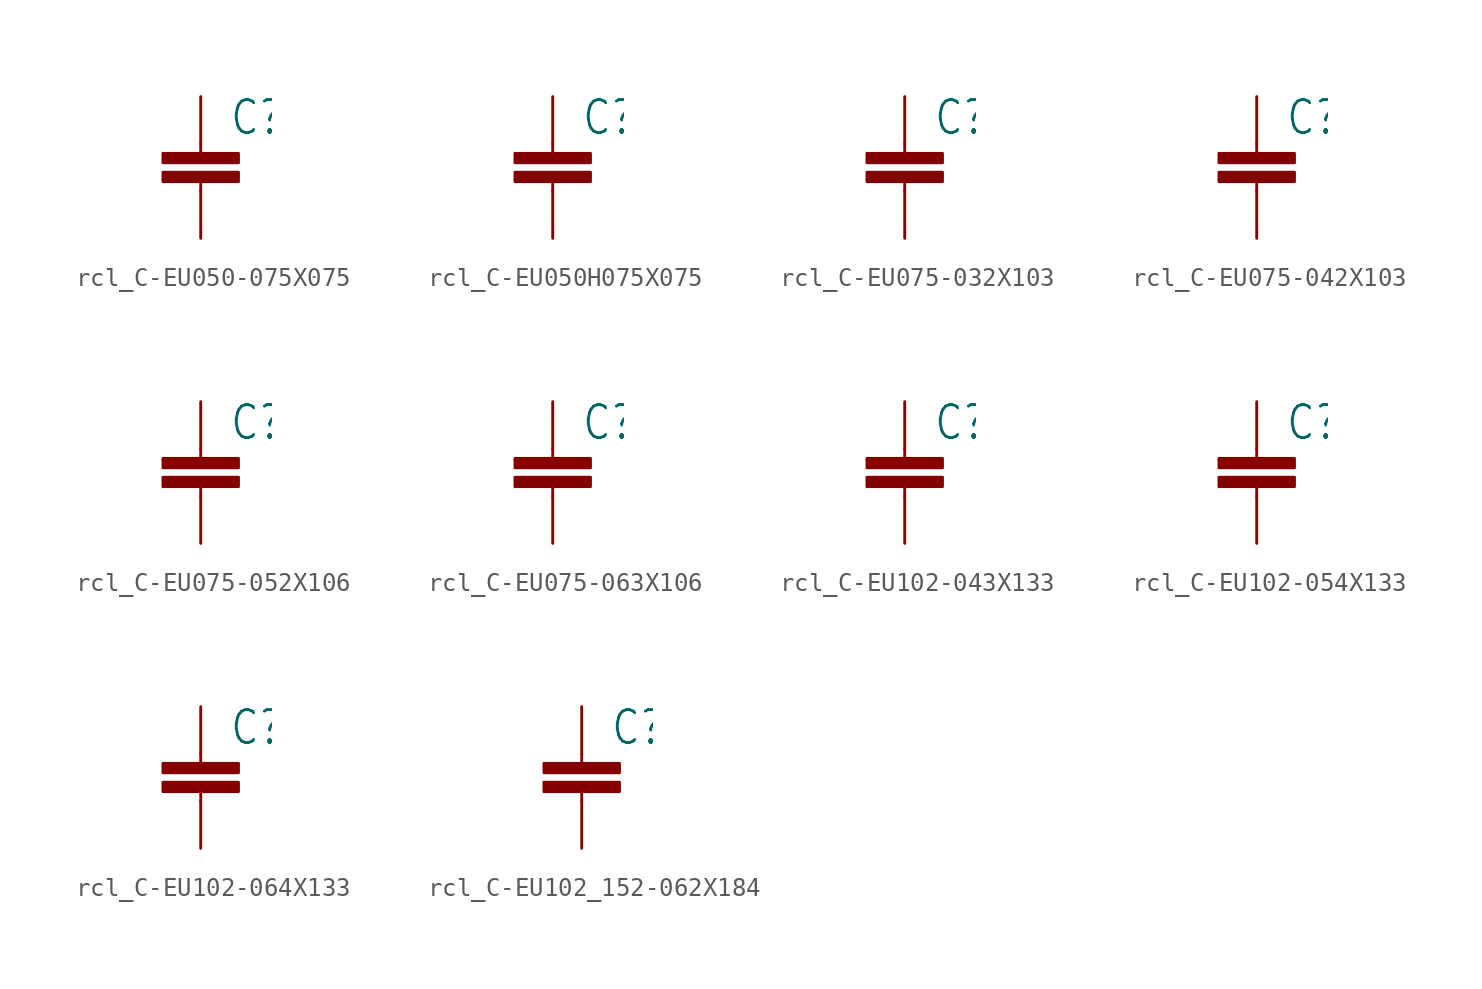
<source format=kicad_sym>
(kicad_symbol_lib
  (version 20241209)
  (generator "kicad_symbol_editor")
  (generator_version "9.0")
  (symbol "rcl_C-EU050-075X075"
    (property "Reference" "C"
      (at 1.524 0.381 0)
      (effects (font (size 1.778 1.511)) (justify left bottom)))
    (property "Value" ""
      (at 1.524 -4.699 0)
      (effects (font (size 1.778 1.511)) (justify left bottom)))
    (property "ki_locked" ""
      (at 0 0 0)
      (effects (font (size 1.27 1.27))))
    (symbol "rcl_C-EU050-075X075_1_0"
      (rectangle (start -2.032 -1.016) (end 2.032 -0.508) (stroke (width 0) (type default)) (fill (type outline)))
      (rectangle (start -2.032 -2.032) (end 2.032 -1.524) (stroke (width 0) (type default)) (fill (type outline)))
      (polyline (pts (xy 0 0) (xy 0 -0.508)) (stroke (width 0.152) (type solid)) (fill (type none)))
      (polyline (pts (xy 0 -2.54) (xy 0 -2.032)) (stroke (width 0.152) (type solid)) (fill (type none)))
      (pin passive line (at 0 2.54 270) (length 2.54) (name "1" (effects (font (size 0 0)))) (number "1" (effects (font (size 0 0)))))
      (pin passive line (at 0 -5.08 90) (length 2.54) (name "2" (effects (font (size 0 0)))) (number "2" (effects (font (size 0 0)))))))
  (symbol "rcl_C-EU050H075X075"
    (property "Reference" "C"
      (at 1.524 0.381 0)
      (effects (font (size 1.778 1.511)) (justify left bottom)))
    (property "Value" ""
      (at 1.524 -4.699 0)
      (effects (font (size 1.778 1.511)) (justify left bottom)))
    (property "ki_locked" ""
      (at 0 0 0)
      (effects (font (size 1.27 1.27))))
    (symbol "rcl_C-EU050H075X075_1_0"
      (rectangle (start -2.032 -1.016) (end 2.032 -0.508) (stroke (width 0) (type default)) (fill (type outline)))
      (rectangle (start -2.032 -2.032) (end 2.032 -1.524) (stroke (width 0) (type default)) (fill (type outline)))
      (polyline (pts (xy 0 0) (xy 0 -0.508)) (stroke (width 0.152) (type solid)) (fill (type none)))
      (polyline (pts (xy 0 -2.54) (xy 0 -2.032)) (stroke (width 0.152) (type solid)) (fill (type none)))
      (pin passive line (at 0 2.54 270) (length 2.54) (name "1" (effects (font (size 0 0)))) (number "1" (effects (font (size 0 0)))))
      (pin passive line (at 0 -5.08 90) (length 2.54) (name "2" (effects (font (size 0 0)))) (number "2" (effects (font (size 0 0)))))))
  (symbol "rcl_C-EU075-032X103"
    (property "Reference" "C"
      (at 1.524 0.381 0)
      (effects (font (size 1.778 1.511)) (justify left bottom)))
    (property "Value" ""
      (at 1.524 -4.699 0)
      (effects (font (size 1.778 1.511)) (justify left bottom)))
    (property "ki_locked" ""
      (at 0 0 0)
      (effects (font (size 1.27 1.27))))
    (symbol "rcl_C-EU075-032X103_1_0"
      (rectangle (start -2.032 -1.016) (end 2.032 -0.508) (stroke (width 0) (type default)) (fill (type outline)))
      (rectangle (start -2.032 -2.032) (end 2.032 -1.524) (stroke (width 0) (type default)) (fill (type outline)))
      (polyline (pts (xy 0 0) (xy 0 -0.508)) (stroke (width 0.152) (type solid)) (fill (type none)))
      (polyline (pts (xy 0 -2.54) (xy 0 -2.032)) (stroke (width 0.152) (type solid)) (fill (type none)))
      (pin passive line (at 0 2.54 270) (length 2.54) (name "1" (effects (font (size 0 0)))) (number "1" (effects (font (size 0 0)))))
      (pin passive line (at 0 -5.08 90) (length 2.54) (name "2" (effects (font (size 0 0)))) (number "2" (effects (font (size 0 0)))))))
  (symbol "rcl_C-EU075-042X103"
    (property "Reference" "C"
      (at 1.524 0.381 0)
      (effects (font (size 1.778 1.511)) (justify left bottom)))
    (property "Value" ""
      (at 1.524 -4.699 0)
      (effects (font (size 1.778 1.511)) (justify left bottom)))
    (property "ki_locked" ""
      (at 0 0 0)
      (effects (font (size 1.27 1.27))))
    (symbol "rcl_C-EU075-042X103_1_0"
      (rectangle (start -2.032 -1.016) (end 2.032 -0.508) (stroke (width 0) (type default)) (fill (type outline)))
      (rectangle (start -2.032 -2.032) (end 2.032 -1.524) (stroke (width 0) (type default)) (fill (type outline)))
      (polyline (pts (xy 0 0) (xy 0 -0.508)) (stroke (width 0.152) (type solid)) (fill (type none)))
      (polyline (pts (xy 0 -2.54) (xy 0 -2.032)) (stroke (width 0.152) (type solid)) (fill (type none)))
      (pin passive line (at 0 2.54 270) (length 2.54) (name "1" (effects (font (size 0 0)))) (number "1" (effects (font (size 0 0)))))
      (pin passive line (at 0 -5.08 90) (length 2.54) (name "2" (effects (font (size 0 0)))) (number "2" (effects (font (size 0 0)))))))
  (symbol "rcl_C-EU075-052X106"
    (property "Reference" "C"
      (at 1.524 0.381 0)
      (effects (font (size 1.778 1.511)) (justify left bottom)))
    (property "Value" ""
      (at 1.524 -4.699 0)
      (effects (font (size 1.778 1.511)) (justify left bottom)))
    (property "ki_locked" ""
      (at 0 0 0)
      (effects (font (size 1.27 1.27))))
    (symbol "rcl_C-EU075-052X106_1_0"
      (rectangle (start -2.032 -1.016) (end 2.032 -0.508) (stroke (width 0) (type default)) (fill (type outline)))
      (rectangle (start -2.032 -2.032) (end 2.032 -1.524) (stroke (width 0) (type default)) (fill (type outline)))
      (polyline (pts (xy 0 0) (xy 0 -0.508)) (stroke (width 0.152) (type solid)) (fill (type none)))
      (polyline (pts (xy 0 -2.54) (xy 0 -2.032)) (stroke (width 0.152) (type solid)) (fill (type none)))
      (pin passive line (at 0 2.54 270) (length 2.54) (name "1" (effects (font (size 0 0)))) (number "1" (effects (font (size 0 0)))))
      (pin passive line (at 0 -5.08 90) (length 2.54) (name "2" (effects (font (size 0 0)))) (number "2" (effects (font (size 0 0)))))))
  (symbol "rcl_C-EU075-063X106"
    (property "Reference" "C"
      (at 1.524 0.381 0)
      (effects (font (size 1.778 1.511)) (justify left bottom)))
    (property "Value" ""
      (at 1.524 -4.699 0)
      (effects (font (size 1.778 1.511)) (justify left bottom)))
    (property "ki_locked" ""
      (at 0 0 0)
      (effects (font (size 1.27 1.27))))
    (symbol "rcl_C-EU075-063X106_1_0"
      (rectangle (start -2.032 -1.016) (end 2.032 -0.508) (stroke (width 0) (type default)) (fill (type outline)))
      (rectangle (start -2.032 -2.032) (end 2.032 -1.524) (stroke (width 0) (type default)) (fill (type outline)))
      (polyline (pts (xy 0 0) (xy 0 -0.508)) (stroke (width 0.152) (type solid)) (fill (type none)))
      (polyline (pts (xy 0 -2.54) (xy 0 -2.032)) (stroke (width 0.152) (type solid)) (fill (type none)))
      (pin passive line (at 0 2.54 270) (length 2.54) (name "1" (effects (font (size 0 0)))) (number "1" (effects (font (size 0 0)))))
      (pin passive line (at 0 -5.08 90) (length 2.54) (name "2" (effects (font (size 0 0)))) (number "2" (effects (font (size 0 0)))))))
  (symbol "rcl_C-EU102-043X133"
    (property "Reference" "C"
      (at 1.524 0.381 0)
      (effects (font (size 1.778 1.511)) (justify left bottom)))
    (property "Value" ""
      (at 1.524 -4.699 0)
      (effects (font (size 1.778 1.511)) (justify left bottom)))
    (property "ki_locked" ""
      (at 0 0 0)
      (effects (font (size 1.27 1.27))))
    (symbol "rcl_C-EU102-043X133_1_0"
      (rectangle (start -2.032 -1.016) (end 2.032 -0.508) (stroke (width 0) (type default)) (fill (type outline)))
      (rectangle (start -2.032 -2.032) (end 2.032 -1.524) (stroke (width 0) (type default)) (fill (type outline)))
      (polyline (pts (xy 0 0) (xy 0 -0.508)) (stroke (width 0.152) (type solid)) (fill (type none)))
      (polyline (pts (xy 0 -2.54) (xy 0 -2.032)) (stroke (width 0.152) (type solid)) (fill (type none)))
      (pin passive line (at 0 2.54 270) (length 2.54) (name "1" (effects (font (size 0 0)))) (number "1" (effects (font (size 0 0)))))
      (pin passive line (at 0 -5.08 90) (length 2.54) (name "2" (effects (font (size 0 0)))) (number "2" (effects (font (size 0 0)))))))
  (symbol "rcl_C-EU102-054X133"
    (property "Reference" "C"
      (at 1.524 0.381 0)
      (effects (font (size 1.778 1.511)) (justify left bottom)))
    (property "Value" ""
      (at 1.524 -4.699 0)
      (effects (font (size 1.778 1.511)) (justify left bottom)))
    (property "ki_locked" ""
      (at 0 0 0)
      (effects (font (size 1.27 1.27))))
    (symbol "rcl_C-EU102-054X133_1_0"
      (rectangle (start -2.032 -1.016) (end 2.032 -0.508) (stroke (width 0) (type default)) (fill (type outline)))
      (rectangle (start -2.032 -2.032) (end 2.032 -1.524) (stroke (width 0) (type default)) (fill (type outline)))
      (polyline (pts (xy 0 0) (xy 0 -0.508)) (stroke (width 0.152) (type solid)) (fill (type none)))
      (polyline (pts (xy 0 -2.54) (xy 0 -2.032)) (stroke (width 0.152) (type solid)) (fill (type none)))
      (pin passive line (at 0 2.54 270) (length 2.54) (name "1" (effects (font (size 0 0)))) (number "1" (effects (font (size 0 0)))))
      (pin passive line (at 0 -5.08 90) (length 2.54) (name "2" (effects (font (size 0 0)))) (number "2" (effects (font (size 0 0)))))))
  (symbol "rcl_C-EU102-064X133"
    (property "Reference" "C"
      (at 1.524 0.381 0)
      (effects (font (size 1.778 1.511)) (justify left bottom)))
    (property "Value" ""
      (at 1.524 -4.699 0)
      (effects (font (size 1.778 1.511)) (justify left bottom)))
    (property "ki_locked" ""
      (at 0 0 0)
      (effects (font (size 1.27 1.27))))
    (symbol "rcl_C-EU102-064X133_1_0"
      (rectangle (start -2.032 -1.016) (end 2.032 -0.508) (stroke (width 0) (type default)) (fill (type outline)))
      (rectangle (start -2.032 -2.032) (end 2.032 -1.524) (stroke (width 0) (type default)) (fill (type outline)))
      (polyline (pts (xy 0 0) (xy 0 -0.508)) (stroke (width 0.152) (type solid)) (fill (type none)))
      (polyline (pts (xy 0 -2.54) (xy 0 -2.032)) (stroke (width 0.152) (type solid)) (fill (type none)))
      (pin passive line (at 0 2.54 270) (length 2.54) (name "1" (effects (font (size 0 0)))) (number "1" (effects (font (size 0 0)))))
      (pin passive line (at 0 -5.08 90) (length 2.54) (name "2" (effects (font (size 0 0)))) (number "2" (effects (font (size 0 0)))))))
  (symbol "rcl_C-EU102_152-062X184"
    (property "Reference" "C"
      (at 1.524 0.381 0)
      (effects (font (size 1.778 1.511)) (justify left bottom)))
    (property "Value" ""
      (at 1.524 -4.699 0)
      (effects (font (size 1.778 1.511)) (justify left bottom)))
    (property "ki_locked" ""
      (at 0 0 0)
      (effects (font (size 1.27 1.27))))
    (symbol "rcl_C-EU102_152-062X184_1_0"
      (rectangle (start -2.032 -1.016) (end 2.032 -0.508) (stroke (width 0) (type default)) (fill (type outline)))
      (rectangle (start -2.032 -2.032) (end 2.032 -1.524) (stroke (width 0) (type default)) (fill (type outline)))
      (polyline (pts (xy 0 0) (xy 0 -0.508)) (stroke (width 0.152) (type solid)) (fill (type none)))
      (polyline (pts (xy 0 -2.54) (xy 0 -2.032)) (stroke (width 0.152) (type solid)) (fill (type none)))
      (pin passive line (at 0 2.54 270) (length 2.54) (name "1" (effects (font (size 0 0)))) (number "1" (effects (font (size 0 0)))))
      (pin passive line (at 0 -5.08 90) (length 2.54) (name "2" (effects (font (size 0 0)))) (number "2" (effects (font (size 0 0))))))))
</source>
